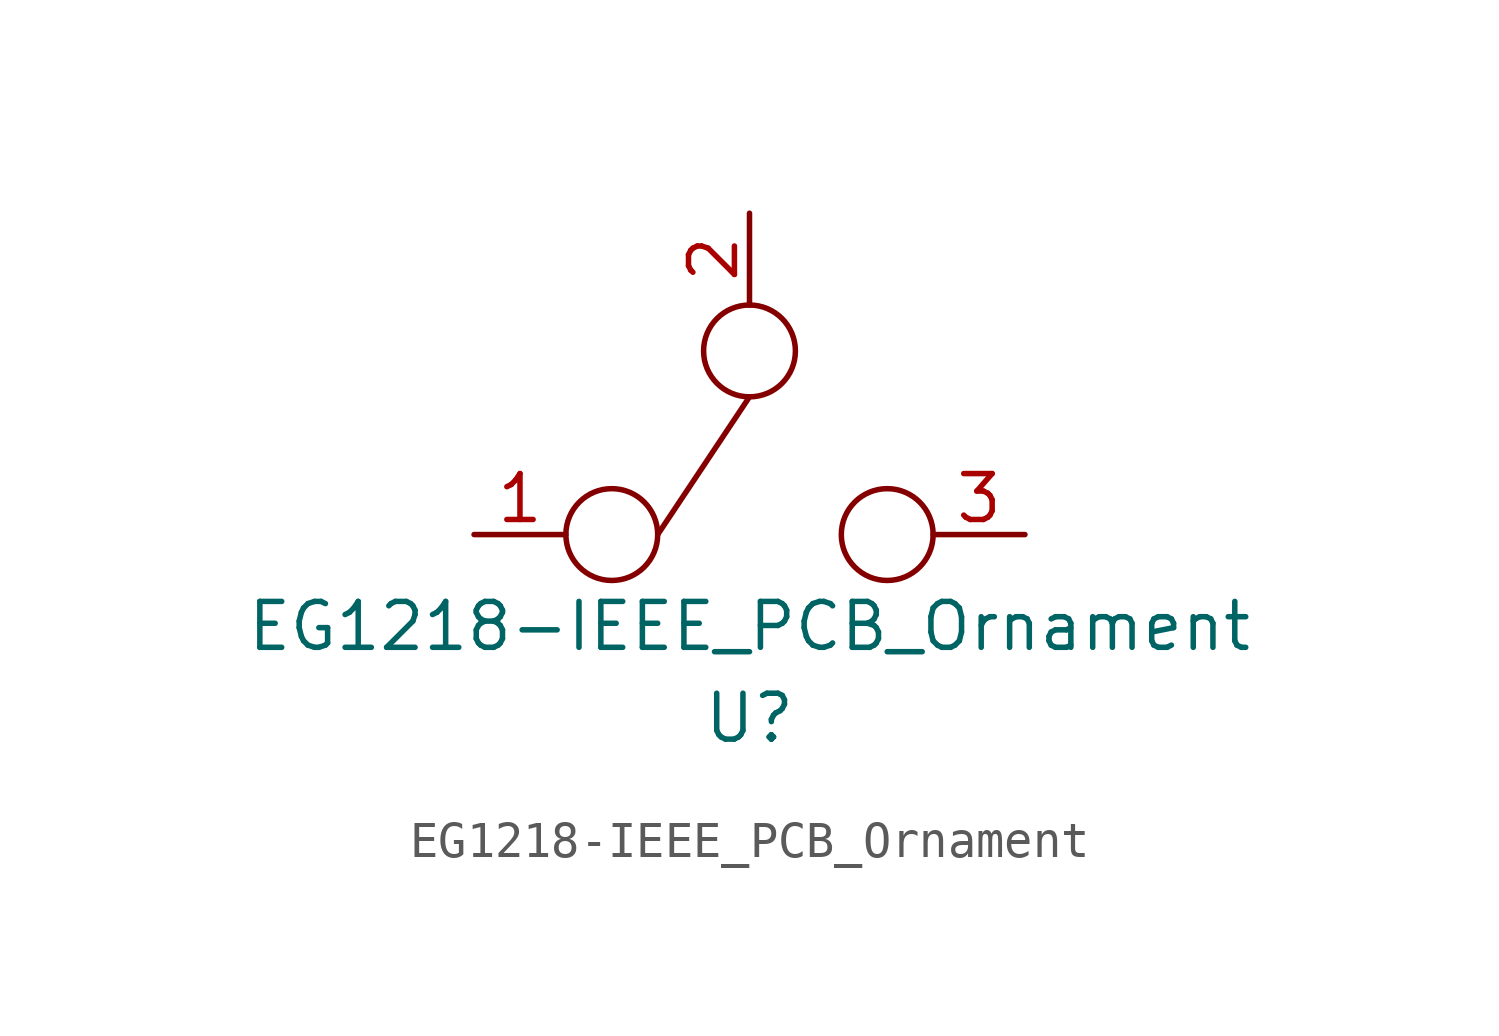
<source format=kicad_sym>
(kicad_symbol_lib
  (version 20211014)
  (generator kicad_symbol_editor)
  (symbol "EG1218-IEEE_PCB_Ornament"
    (pin_names
      (offset 1.016))
    (property "Reference" "U"
      (at 0 -12.7 0)
      (effects (font (size 1.27 1.27))))
    (property "Value" "EG1218-IEEE_PCB_Ornament"
      (at 0 -10.16 0)
      (effects (font (size 1.27 1.27))))
    (symbol "EG1218-IEEE_PCB_Ornament_0_1"
      (circle (center -3.81 -7.62) (radius 1.27) (stroke (width 0) (type default) (color 0 0 0 0)) (fill (type none)))
      (circle (center 0 -2.54) (radius 1.27) (stroke (width 0) (type default) (color 0 0 0 0)) (fill (type none)))
      (polyline (pts (xy 0 -3.81) (xy -2.54 -7.62)) (stroke (width 0) (type default) (color 0 0 0 0)) (fill (type none)))
      (circle (center 3.81 -7.62) (radius 1.27) (stroke (width 0) (type default) (color 0 0 0 0)) (fill (type none))))
    (symbol "EG1218-IEEE_PCB_Ornament_1_1"
      (pin input line (at -7.62 -7.62 0) (length 2.54) (name "~" (effects (font (size 1.27 1.27)))) (number "1" (effects (font (size 1.27 1.27)))))
      (pin input line (at 0 1.27 270) (length 2.54) (name "~" (effects (font (size 1.27 1.27)))) (number "2" (effects (font (size 1.27 1.27)))))
      (pin input line (at 7.62 -7.62 180) (length 2.54) (name "~" (effects (font (size 1.27 1.27)))) (number "3" (effects (font (size 1.27 1.27))))))))
</source>
